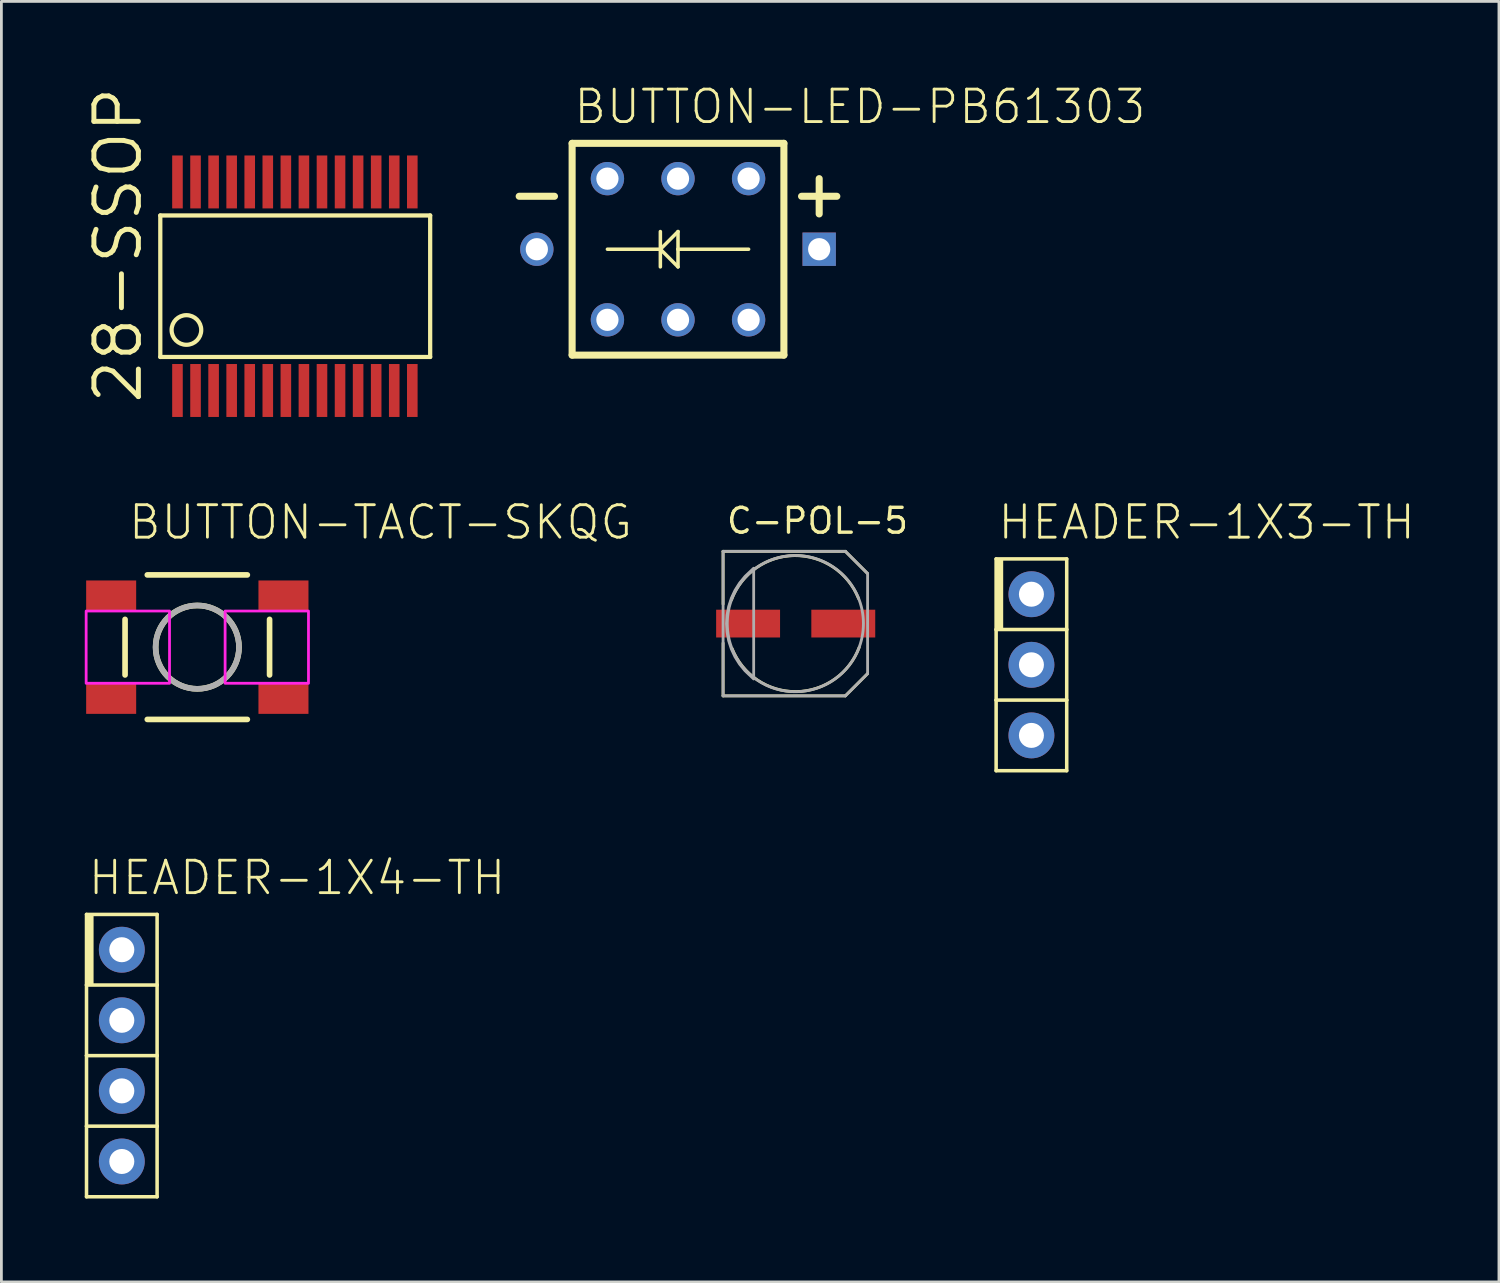
<source format=kicad_pcb>
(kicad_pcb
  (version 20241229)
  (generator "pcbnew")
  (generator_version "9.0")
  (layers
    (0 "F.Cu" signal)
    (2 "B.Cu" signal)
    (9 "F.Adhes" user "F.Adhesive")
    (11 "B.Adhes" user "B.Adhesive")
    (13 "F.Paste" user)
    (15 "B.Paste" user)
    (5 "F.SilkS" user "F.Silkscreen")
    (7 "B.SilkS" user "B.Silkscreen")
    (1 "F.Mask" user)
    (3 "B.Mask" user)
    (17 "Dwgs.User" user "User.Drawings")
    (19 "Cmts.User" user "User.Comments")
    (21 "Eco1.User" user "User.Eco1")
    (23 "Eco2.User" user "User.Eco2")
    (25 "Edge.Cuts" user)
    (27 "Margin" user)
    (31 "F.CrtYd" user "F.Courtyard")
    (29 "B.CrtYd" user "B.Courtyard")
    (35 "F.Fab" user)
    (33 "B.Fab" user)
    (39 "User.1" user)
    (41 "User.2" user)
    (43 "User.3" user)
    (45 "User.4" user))
  (footprint "C-POL-5"
    (layer "F.Cu")
    (at 25.569 19.389)
    (property "Reference" "C-POL-5" (at -2.54 -3.175 0) (unlocked yes) (layer "F.SilkS") (effects (font (size 0.894 0.894) (thickness 0.122)) (justify left bottom)))
    (fp_line (start -2.6 -2.6) (end 1.8 -2.6) (stroke (width 0.102) (type solid)) (layer "F.SilkS"))
    (fp_line (start -2.6 -0.7) (end -2.6 -2.6) (stroke (width 0.102) (type solid)) (layer "F.SilkS"))
    (fp_line (start -2.6 2.6) (end -2.6 0.7) (stroke (width 0.102) (type solid)) (layer "F.SilkS"))
    (fp_line (start 1.8 -2.6) (end 2.6 -1.8) (stroke (width 0.102) (type solid)) (layer "F.SilkS"))
    (fp_line (start 1.8 2.6) (end -2.6 2.6) (stroke (width 0.102) (type solid)) (layer "F.SilkS"))
    (fp_line (start 2.6 1.8) (end 1.8 2.6) (stroke (width 0.102) (type solid)) (layer "F.SilkS"))
    (fp_arc (start -2.3 -0.85) (mid -0.029679 -2.446957) (end 2.275002 -0.900001) (stroke (width 0.1016) (type solid)) (layer "F.SilkS"))
    (fp_arc (start 2.3 0.85) (mid 0.029679 2.446957) (end -2.275002 0.900001) (stroke (width 0.1016) (type solid)) (layer "F.SilkS"))
    (fp_line (start -2.6 -2.6) (end 1.8 -2.6) (stroke (width 0.102) (type solid)) (layer "F.Fab"))
    (fp_line (start -2.6 2.6) (end -2.6 -2.6) (stroke (width 0.102) (type solid)) (layer "F.Fab"))
    (fp_line (start 1.8 -2.6) (end 2.6 -1.8) (stroke (width 0.102) (type solid)) (layer "F.Fab"))
    (fp_line (start 1.8 2.6) (end -2.6 2.6) (stroke (width 0.102) (type solid)) (layer "F.Fab"))
    (fp_line (start 2.6 -1.8) (end 2.6 1.8) (stroke (width 0.102) (type solid)) (layer "F.Fab"))
    (fp_line (start 2.6 1.8) (end 1.8 2.6) (stroke (width 0.102) (type solid)) (layer "F.Fab"))
    (fp_circle (center 0 0) (end 2.45 0) (stroke (width 0.102) (type solid)) (fill no) (layer "F.Fab"))
    (fp_poly (pts (xy -1.499 1.993) (xy -1.808 1.7) (xy -2.006 1.459) (xy -2.172 1.195) (xy -2.303 0.913) (xy -2.399 0.617) (xy -2.457 0.311) (xy -2.476 0) (xy -2.457 -0.311) (xy -2.399 -0.617) (xy -2.303 -0.913) (xy -2.172 -1.195) (xy -2.006 -1.459) (xy -1.808 -1.7) (xy -1.499 -1.993)) (stroke (width 0.1) (type default)) (fill no) (layer "F.Fab"))
    (pad "+" smd rect (at 1.725 0) (size 2.3 1) (layers "F.Cu" "F.Mask" "F.Paste"))
    (pad "-" smd rect (at -1.7 0) (size 2.3 1) (layers "F.Cu" "F.Mask" "F.Paste")))
  (footprint "HEADER-1X4-TH"
    (layer "F.Cu")
    (at 1.333 34.934)
    (property "Reference" "HEADER-1X4-TH" (at -1.27 -5.715 0) (unlocked yes) (layer "F.SilkS") (effects (font (size 1.168 1.168) (thickness 0.102)) (justify left bottom)))
    (fp_line (start -1.27 -5.08) (end -1.27 -2.54) (stroke (width 0.127) (type solid)) (layer "F.SilkS"))
    (fp_line (start -1.27 -2.54) (end -1.27 0) (stroke (width 0.127) (type solid)) (layer "F.SilkS"))
    (fp_line (start -1.27 -2.54) (end 1.27 -2.54) (stroke (width 0.127) (type solid)) (layer "F.SilkS"))
    (fp_line (start -1.27 0) (end -1.27 2.54) (stroke (width 0.127) (type solid)) (layer "F.SilkS"))
    (fp_line (start -1.27 2.54) (end -1.27 5.08) (stroke (width 0.127) (type solid)) (layer "F.SilkS"))
    (fp_line (start -1.27 2.54) (end 1.27 2.54) (stroke (width 0.127) (type solid)) (layer "F.SilkS"))
    (fp_line (start -1.27 5.08) (end 1.27 5.08) (stroke (width 0.127) (type solid)) (layer "F.SilkS"))
    (fp_line (start 1.27 -5.08) (end -1.27 -5.08) (stroke (width 0.127) (type solid)) (layer "F.SilkS"))
    (fp_line (start 1.27 -2.54) (end 1.27 -5.08) (stroke (width 0.127) (type solid)) (layer "F.SilkS"))
    (fp_line (start 1.27 0) (end -1.27 0) (stroke (width 0.127) (type solid)) (layer "F.SilkS"))
    (fp_line (start 1.27 0) (end 1.27 -2.54) (stroke (width 0.127) (type solid)) (layer "F.SilkS"))
    (fp_line (start 1.27 2.54) (end 1.27 0) (stroke (width 0.127) (type solid)) (layer "F.SilkS"))
    (fp_line (start 1.27 5.08) (end 1.27 2.54) (stroke (width 0.127) (type solid)) (layer "F.SilkS"))
    (fp_poly (pts (xy -1.27 -2.54) (xy -1.016 -2.54) (xy -1.016 -5.08) (xy -1.27 -5.08)) (stroke (width 0) (type default)) (fill yes) (layer "F.SilkS"))
    (pad "P$1" thru_hole circle (at 0 -3.81) (size 1.651 1.651) (drill 0.9) (layers "*.Cu" "*.Mask"))
    (pad "P$2" thru_hole circle (at 0 -1.27) (size 1.651 1.651) (drill 0.9) (layers "*.Cu" "*.Mask"))
    (pad "P$3" thru_hole circle (at 0 1.27) (size 1.651 1.651) (drill 0.9) (layers "*.Cu" "*.Mask"))
    (pad "P$4" thru_hole circle (at 0 3.81) (size 1.651 1.651) (drill 0.9) (layers "*.Cu" "*.Mask")))
  (footprint "28-SSOP"
    (layer "F.Cu")
    (at 7.886 7.249)
    (property "Reference" "28-SSOP" (at -5.752 4.318 90) (unlocked yes) (layer "F.SilkS") (effects (font (size 1.6 1.6) (thickness 0.178)) (justify left bottom)))
    (fp_line (start -5.168 -2.546) (end -5.168 2.546) (stroke (width 0.152) (type solid)) (layer "F.SilkS"))
    (fp_line (start -5.168 2.546) (end 4.543 2.546) (stroke (width 0.152) (type solid)) (layer "F.SilkS"))
    (fp_line (start 4.543 -2.546) (end -5.168 -2.546) (stroke (width 0.152) (type solid)) (layer "F.SilkS"))
    (fp_line (start 4.543 2.546) (end 4.543 -2.546) (stroke (width 0.152) (type solid)) (layer "F.SilkS"))
    (fp_circle (center -4.228 1.575) (end -3.695 1.575) (stroke (width 0.152) (type solid)) (fill no) (layer "F.SilkS"))
    (pad "P$1" smd rect (at -4.55 3.752 90) (size 1.905 0.381) (layers "F.Cu" "F.Mask" "F.Paste"))
    (pad "P$2" smd rect (at -3.9 3.752 90) (size 1.905 0.381) (layers "F.Cu" "F.Mask" "F.Paste"))
    (pad "P$3" smd rect (at -3.25 3.752 90) (size 1.905 0.381) (layers "F.Cu" "F.Mask" "F.Paste"))
    (pad "P$4" smd rect (at -2.6 3.752 90) (size 1.905 0.381) (layers "F.Cu" "F.Mask" "F.Paste"))
    (pad "P$5" smd rect (at -1.95 3.752 90) (size 1.905 0.381) (layers "F.Cu" "F.Mask" "F.Paste"))
    (pad "P$6" smd rect (at -1.3 3.752 90) (size 1.905 0.381) (layers "F.Cu" "F.Mask" "F.Paste"))
    (pad "P$7" smd rect (at -0.65 3.752 90) (size 1.905 0.381) (layers "F.Cu" "F.Mask" "F.Paste"))
    (pad "P$8" smd rect (at 0 3.752 90) (size 1.905 0.381) (layers "F.Cu" "F.Mask" "F.Paste"))
    (pad "P$9" smd rect (at 0.65 3.752 90) (size 1.905 0.381) (layers "F.Cu" "F.Mask" "F.Paste"))
    (pad "P$10" smd rect (at 1.3 3.752 90) (size 1.905 0.381) (layers "F.Cu" "F.Mask" "F.Paste"))
    (pad "P$11" smd rect (at 1.95 3.752 90) (size 1.905 0.381) (layers "F.Cu" "F.Mask" "F.Paste"))
    (pad "P$12" smd rect (at 2.6 3.752 90) (size 1.905 0.381) (layers "F.Cu" "F.Mask" "F.Paste"))
    (pad "P$13" smd rect (at 3.25 3.752 90) (size 1.905 0.381) (layers "F.Cu" "F.Mask" "F.Paste"))
    (pad "P$14" smd rect (at 3.9 3.752 90) (size 1.905 0.381) (layers "F.Cu" "F.Mask" "F.Paste"))
    (pad "P$15" smd rect (at 3.9 -3.752 90) (size 1.905 0.381) (layers "F.Cu" "F.Mask" "F.Paste"))
    (pad "P$16" smd rect (at 3.25 -3.752 90) (size 1.905 0.381) (layers "F.Cu" "F.Mask" "F.Paste"))
    (pad "P$17" smd rect (at 2.6 -3.752 90) (size 1.905 0.381) (layers "F.Cu" "F.Mask" "F.Paste"))
    (pad "P$18" smd rect (at 1.95 -3.752 90) (size 1.905 0.381) (layers "F.Cu" "F.Mask" "F.Paste"))
    (pad "P$19" smd rect (at 1.3 -3.752 90) (size 1.905 0.381) (layers "F.Cu" "F.Mask" "F.Paste"))
    (pad "P$20" smd rect (at 0.65 -3.752 90) (size 1.905 0.381) (layers "F.Cu" "F.Mask" "F.Paste"))
    (pad "P$21" smd rect (at 0 -3.752 90) (size 1.905 0.381) (layers "F.Cu" "F.Mask" "F.Paste"))
    (pad "P$22" smd rect (at -0.65 -3.752 90) (size 1.905 0.381) (layers "F.Cu" "F.Mask" "F.Paste"))
    (pad "P$23" smd rect (at -1.3 -3.752 90) (size 1.905 0.381) (layers "F.Cu" "F.Mask" "F.Paste"))
    (pad "P$24" smd rect (at -1.95 -3.752 90) (size 1.905 0.381) (layers "F.Cu" "F.Mask" "F.Paste"))
    (pad "P$25" smd rect (at -2.6 -3.752 90) (size 1.905 0.381) (layers "F.Cu" "F.Mask" "F.Paste"))
    (pad "P$26" smd rect (at -3.25 -3.752 90) (size 1.905 0.381) (layers "F.Cu" "F.Mask" "F.Paste"))
    (pad "P$27" smd rect (at -3.9 -3.752 90) (size 1.905 0.381) (layers "F.Cu" "F.Mask" "F.Paste"))
    (pad "P$28" smd rect (at -4.55 -3.752 90) (size 1.905 0.381) (layers "F.Cu" "F.Mask" "F.Paste")))
  (footprint "BUTTON-LED-PB61303"
    (layer "F.Cu")
    (at 21.347 5.918)
    (property "Reference" "BUTTON-LED-PB61303" (at -3.81 -4.445 0) (unlocked yes) (layer "F.SilkS") (effects (font (size 1.168 1.168) (thickness 0.102)) (justify left bottom)))
    (fp_line (start -5.715 -1.905) (end -4.445 -1.905) (stroke (width 0.254) (type solid)) (layer "F.SilkS"))
    (fp_line (start -3.81 -3.81) (end -3.81 3.81) (stroke (width 0.254) (type solid)) (layer "F.SilkS"))
    (fp_line (start -3.81 3.81) (end 3.81 3.81) (stroke (width 0.254) (type solid)) (layer "F.SilkS"))
    (fp_line (start -0.635 -0.635) (end -0.635 0) (stroke (width 0.127) (type solid)) (layer "F.SilkS"))
    (fp_line (start -0.635 0) (end -2.54 0) (stroke (width 0.127) (type solid)) (layer "F.SilkS"))
    (fp_line (start -0.635 0) (end -0.635 0.635) (stroke (width 0.127) (type solid)) (layer "F.SilkS"))
    (fp_line (start -0.635 0) (end 0 0.635) (stroke (width 0.127) (type solid)) (layer "F.SilkS"))
    (fp_line (start 0 -0.635) (end -0.635 0) (stroke (width 0.127) (type solid)) (layer "F.SilkS"))
    (fp_line (start 0 0) (end 0 -0.635) (stroke (width 0.127) (type solid)) (layer "F.SilkS"))
    (fp_line (start 0 0.635) (end 0 0) (stroke (width 0.127) (type solid)) (layer "F.SilkS"))
    (fp_line (start 2.54 0) (end 0 0) (stroke (width 0.127) (type solid)) (layer "F.SilkS"))
    (fp_line (start 3.81 -3.81) (end -3.81 -3.81) (stroke (width 0.254) (type solid)) (layer "F.SilkS"))
    (fp_line (start 3.81 3.81) (end 3.81 -3.81) (stroke (width 0.254) (type solid)) (layer "F.SilkS"))
    (fp_line (start 4.445 -1.905) (end 5.715 -1.905) (stroke (width 0.254) (type solid)) (layer "F.SilkS"))
    (fp_line (start 5.08 -1.27) (end 5.08 -2.54) (stroke (width 0.254) (type solid)) (layer "F.SilkS"))
    (pad "P$1" thru_hole circle (at 2.54 -2.54) (size 1.2 1.2) (drill 0.8) (layers "*.Cu" "*.Mask"))
    (pad "P$2" thru_hole circle (at 0 -2.54) (size 1.2 1.2) (drill 0.8) (layers "*.Cu" "*.Mask"))
    (pad "P$3" thru_hole circle (at -2.54 -2.54) (size 1.2 1.2) (drill 0.8) (layers "*.Cu" "*.Mask"))
    (pad "P$4" thru_hole circle (at 2.54 2.54) (size 1.2 1.2) (drill 0.8) (layers "*.Cu" "*.Mask"))
    (pad "P$5" thru_hole circle (at 0 2.54) (size 1.2 1.2) (drill 0.8) (layers "*.Cu" "*.Mask"))
    (pad "P$6" thru_hole circle (at -2.54 2.54) (size 1.2 1.2) (drill 0.8) (layers "*.Cu" "*.Mask"))
    (pad "P$7" thru_hole rect (at 5.08 0) (size 1.2 1.2) (drill 0.8) (layers "*.Cu" "*.Mask"))
    (pad "P$8" thru_hole circle (at -5.08 0) (size 1.2 1.2) (drill 0.8) (layers "*.Cu" "*.Mask")))
  (footprint "HEADER-1X3-TH"
    (layer "F.Cu")
    (at 34.064 20.872)
    (property "Reference" "HEADER-1X3-TH" (at -1.27 -4.445 0) (unlocked yes) (layer "F.SilkS") (effects (font (size 1.168 1.168) (thickness 0.102)) (justify left bottom)))
    (fp_line (start -1.27 -3.81) (end -1.27 -1.27) (stroke (width 0.127) (type solid)) (layer "F.SilkS"))
    (fp_line (start -1.27 -1.27) (end -1.27 1.27) (stroke (width 0.127) (type solid)) (layer "F.SilkS"))
    (fp_line (start -1.27 -1.27) (end 1.27 -1.27) (stroke (width 0.127) (type solid)) (layer "F.SilkS"))
    (fp_line (start -1.27 1.27) (end -1.27 3.81) (stroke (width 0.127) (type solid)) (layer "F.SilkS"))
    (fp_line (start -1.27 3.81) (end 1.27 3.81) (stroke (width 0.127) (type solid)) (layer "F.SilkS"))
    (fp_line (start 1.27 -3.81) (end -1.27 -3.81) (stroke (width 0.127) (type solid)) (layer "F.SilkS"))
    (fp_line (start 1.27 -1.27) (end 1.27 -3.81) (stroke (width 0.127) (type solid)) (layer "F.SilkS"))
    (fp_line (start 1.27 1.27) (end -1.27 1.27) (stroke (width 0.127) (type solid)) (layer "F.SilkS"))
    (fp_line (start 1.27 1.27) (end 1.27 -1.27) (stroke (width 0.127) (type solid)) (layer "F.SilkS"))
    (fp_line (start 1.27 3.81) (end 1.27 1.27) (stroke (width 0.127) (type solid)) (layer "F.SilkS"))
    (fp_poly (pts (xy -1.27 -1.27) (xy -1.016 -1.27) (xy -1.016 -3.81) (xy -1.27 -3.81)) (stroke (width 0) (type default)) (fill yes) (layer "F.SilkS"))
    (pad "P$1" thru_hole circle (at 0 -2.54) (size 1.651 1.651) (drill 0.9) (layers "*.Cu" "*.Mask"))
    (pad "P$2" thru_hole circle (at 0 0) (size 1.651 1.651) (drill 0.9) (layers "*.Cu" "*.Mask"))
    (pad "P$3" thru_hole circle (at 0 2.54) (size 1.651 1.651) (drill 0.9) (layers "*.Cu" "*.Mask")))
  (footprint "BUTTON-TACT-SKQG"
    (layer "F.Cu")
    (at 4.05 20.237)
    (property "Reference" "BUTTON-TACT-SKQG" (at -2.54 -3.81 0) (unlocked yes) (layer "F.SilkS") (effects (font (size 1.168 1.168) (thickness 0.102)) (justify left bottom)))
    (fp_line (start -2.6 1) (end -2.6 -1) (stroke (width 0.203) (type solid)) (layer "F.SilkS"))
    (fp_line (start 1.8 -2.6) (end -1.8 -2.6) (stroke (width 0.203) (type solid)) (layer "F.SilkS"))
    (fp_line (start 1.8 2.6) (end -1.8 2.6) (stroke (width 0.203) (type solid)) (layer "F.SilkS"))
    (fp_line (start 2.6 1) (end 2.6 -1) (stroke (width 0.203) (type solid)) (layer "F.SilkS"))
    (fp_circle (center 0 0) (end 1.5 0) (stroke (width 0.203) (type solid)) (fill no) (layer "F.SilkS"))
    (fp_poly (pts (xy -4 1.3) (xy -1 1.3) (xy -1 -1.3) (xy -4 -1.3)) (stroke (width 0.1) (type default)) (fill no) (layer "F.CrtYd"))
    (fp_poly (pts (xy 1 1.3) (xy 4 1.3) (xy 4 -1.3) (xy 1 -1.3)) (stroke (width 0.1) (type default)) (fill no) (layer "F.CrtYd"))
    (fp_circle (center 0 0) (end 1.5 0) (stroke (width 0.203) (type solid)) (fill no) (layer "F.Fab"))
    (pad "1" smd rect (at -3.1 -1.85) (size 1.8 1.1) (layers "F.Cu" "F.Mask" "F.Paste"))
    (pad "2" smd rect (at 3.1 -1.85) (size 1.8 1.1) (layers "F.Cu" "F.Mask" "F.Paste"))
    (pad "3" smd rect (at -3.1 1.85) (size 1.8 1.1) (layers "F.Cu" "F.Mask" "F.Paste"))
    (pad "4" smd rect (at 3.1 1.85) (size 1.8 1.1) (layers "F.Cu" "F.Mask" "F.Paste")))
  (gr_rect
    (start -3 -3)
    (end 50.887 43.077)
    (stroke (width 0.1) (type default))
    (fill no)
    (layer "Edge.Cuts")))
</source>
